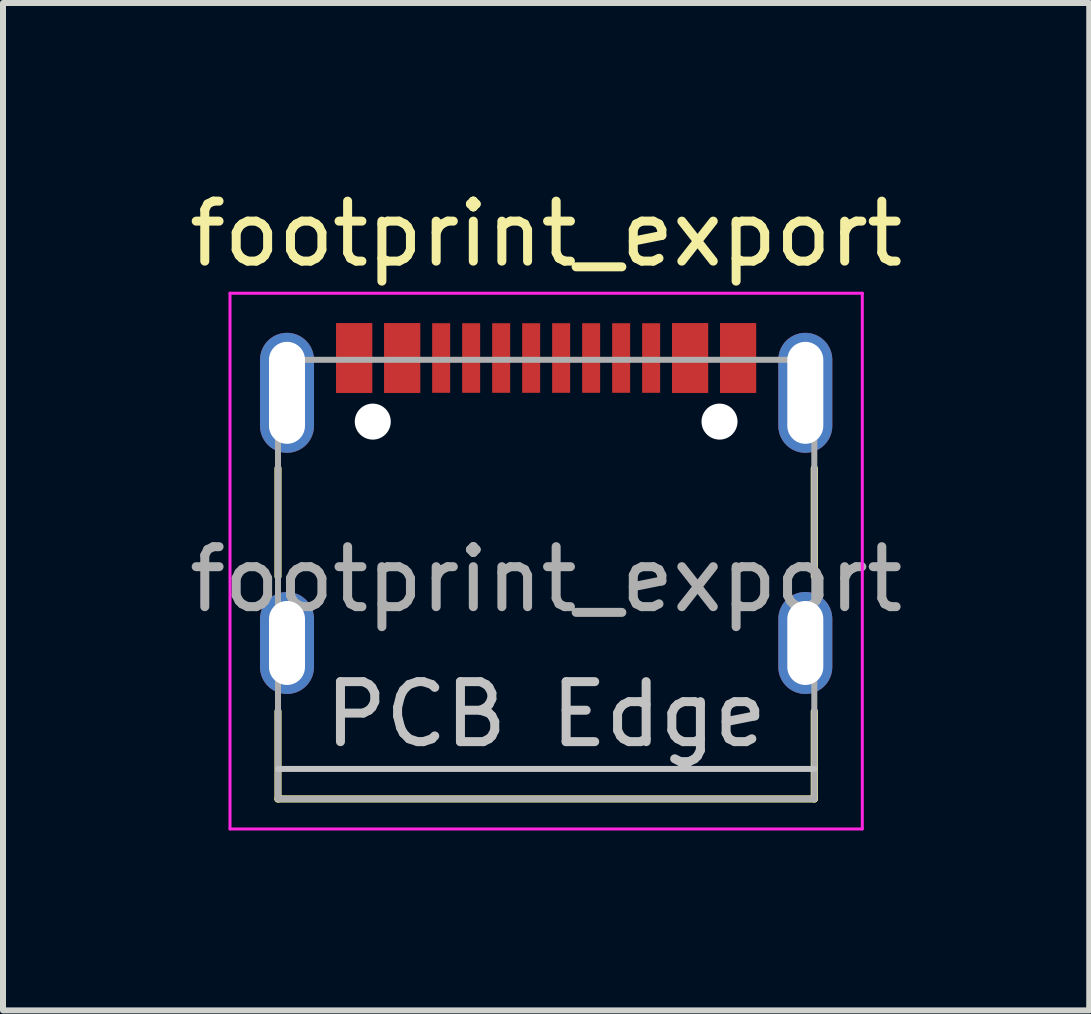
<source format=kicad_pcb>
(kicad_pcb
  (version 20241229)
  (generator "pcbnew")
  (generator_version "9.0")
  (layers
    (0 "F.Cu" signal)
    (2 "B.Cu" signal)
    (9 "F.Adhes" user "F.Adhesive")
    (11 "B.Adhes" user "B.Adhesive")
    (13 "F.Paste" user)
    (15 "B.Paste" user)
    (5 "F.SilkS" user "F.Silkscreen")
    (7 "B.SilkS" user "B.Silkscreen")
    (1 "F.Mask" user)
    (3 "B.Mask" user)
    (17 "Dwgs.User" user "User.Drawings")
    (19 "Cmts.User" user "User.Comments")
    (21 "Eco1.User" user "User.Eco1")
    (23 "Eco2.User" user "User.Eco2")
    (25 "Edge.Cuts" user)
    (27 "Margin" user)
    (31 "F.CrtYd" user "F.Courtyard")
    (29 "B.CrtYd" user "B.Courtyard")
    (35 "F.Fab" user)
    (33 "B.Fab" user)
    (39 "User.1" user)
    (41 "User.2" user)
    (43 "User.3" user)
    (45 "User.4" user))
  (footprint "footprint_export"
    (layer "F.Cu")
    (at 6.054 5.428)
    (property "Reference" "footprint_export" (at 0 -4.58 0) (layer "F.SilkS") (effects (font (size 1 1) (thickness 0.15))))
    (attr smd)
    (fp_line (start -4.47 -0.67) (end -4.47 1.13) (stroke (width 0.12) (type solid)) (layer "F.SilkS"))
    (fp_line (start -4.47 4.84) (end -4.47 3.38) (stroke (width 0.12) (type solid)) (layer "F.SilkS"))
    (fp_line (start 4.47 -0.67) (end 4.47 1.13) (stroke (width 0.12) (type solid)) (layer "F.SilkS"))
    (fp_line (start 4.47 4.84) (end -4.47 4.84) (stroke (width 0.12) (type solid)) (layer "F.SilkS"))
    (fp_line (start 4.47 4.84) (end 4.47 3.38) (stroke (width 0.12) (type solid)) (layer "F.SilkS"))
    (fp_line (start -4.47 4.34) (end 4.47 4.34) (stroke (width 0.1) (type solid)) (layer "Dwgs.User"))
    (fp_line (start -5.27 -3.59) (end -5.27 5.34) (stroke (width 0.05) (type solid)) (layer "F.CrtYd"))
    (fp_line (start -5.27 5.34) (end 5.27 5.34) (stroke (width 0.05) (type solid)) (layer "F.CrtYd"))
    (fp_line (start 5.27 -3.59) (end -5.27 -3.59) (stroke (width 0.05) (type solid)) (layer "F.CrtYd"))
    (fp_line (start 5.27 5.34) (end 5.27 -3.59) (stroke (width 0.05) (type solid)) (layer "F.CrtYd"))
    (fp_line (start -4.47 -2.48) (end -4.47 4.84) (stroke (width 0.1) (type solid)) (layer "F.Fab"))
    (fp_line (start -4.47 -2.48) (end 4.47 -2.48) (stroke (width 0.1) (type solid)) (layer "F.Fab"))
    (fp_line (start 4.47 -2.48) (end 4.47 4.84) (stroke (width 0.1) (type solid)) (layer "F.Fab"))
    (fp_line (start 4.47 4.84) (end -4.47 4.84) (stroke (width 0.1) (type solid)) (layer "F.Fab"))
    (fp_text user "PCB Edge" (at 0 3.43 0) (layer "Dwgs.User") (effects (font (size 1 1) (thickness 0.15))))
    (fp_text user "${REFERENCE}" (at 0 1.18 0) (layer "F.Fab") (effects (font (size 1 1) (thickness 0.15))))
    (pad "" np_thru_hole circle (at -2.89 -1.45 180) (size 0.6 0.6) (drill 0.6) (layers "*.Cu" "*.Mask"))
    (pad "" np_thru_hole circle (at 2.89 -1.45 180) (size 0.6 0.6) (drill 0.6) (layers "*.Cu" "*.Mask"))
    (pad "A1" smd rect (at -3.2 -2.51) (size 0.6 1.16) (layers "F.Cu" "F.Mask" "F.Paste"))
    (pad "A4" smd rect (at -2.4 -2.51) (size 0.6 1.16) (layers "F.Cu" "F.Mask" "F.Paste"))
    (pad "A5" smd rect (at -1.25 -2.51 180) (size 0.3 1.16) (layers "F.Cu" "F.Mask" "F.Paste"))
    (pad "A6" smd rect (at -0.25 -2.51 180) (size 0.3 1.16) (layers "F.Cu" "F.Mask" "F.Paste"))
    (pad "A7" smd rect (at 0.25 -2.51 180) (size 0.3 1.16) (layers "F.Cu" "F.Mask" "F.Paste"))
    (pad "A8" smd rect (at 1.25 -2.51 180) (size 0.3 1.16) (layers "F.Cu" "F.Mask" "F.Paste"))
    (pad "A9" smd rect (at 2.4 -2.51) (size 0.6 1.16) (layers "F.Cu" "F.Mask" "F.Paste"))
    (pad "A12" smd rect (at 3.2 -2.51) (size 0.6 1.16) (layers "F.Cu" "F.Mask" "F.Paste"))
    (pad "B1" smd rect (at 3.2 -2.51) (size 0.6 1.16) (layers "F.Cu" "F.Mask" "F.Paste"))
    (pad "B4" smd rect (at 2.4 -2.51) (size 0.6 1.16) (layers "F.Cu" "F.Mask" "F.Paste"))
    (pad "B5" smd rect (at 1.75 -2.51 180) (size 0.3 1.16) (layers "F.Cu" "F.Mask" "F.Paste"))
    (pad "B6" smd rect (at 0.75 -2.51 180) (size 0.3 1.16) (layers "F.Cu" "F.Mask" "F.Paste"))
    (pad "B7" smd rect (at -0.75 -2.51 180) (size 0.3 1.16) (layers "F.Cu" "F.Mask" "F.Paste"))
    (pad "B8" smd rect (at -1.75 -2.51 180) (size 0.3 1.16) (layers "F.Cu" "F.Mask" "F.Paste"))
    (pad "B9" smd rect (at -2.4 -2.51) (size 0.6 1.16) (layers "F.Cu" "F.Mask" "F.Paste"))
    (pad "B12" smd rect (at -3.2 -2.51) (size 0.6 1.16) (layers "F.Cu" "F.Mask" "F.Paste"))
    (pad "S1" thru_hole oval (at -4.32 -1.93 90) (size 2 0.9) (drill oval 1.7 0.6) (layers "*.Cu" "*.Mask"))
    (pad "S1" thru_hole oval (at -4.32 2.24 90) (size 1.7 0.9) (drill oval 1.4 0.6) (layers "*.Cu" "*.Mask"))
    (pad "S1" thru_hole oval (at 4.32 -1.93 90) (size 2 0.9) (drill oval 1.7 0.6) (layers "*.Cu" "*.Mask"))
    (pad "S1" thru_hole oval (at 4.32 2.24 90) (size 1.7 0.9) (drill oval 1.4 0.6) (layers "*.Cu" "*.Mask")))
  (gr_rect
    (start -3 -3)
    (end 15.107 13.793)
    (stroke (width 0.1) (type default))
    (fill no)
    (layer "Edge.Cuts")))
</source>
